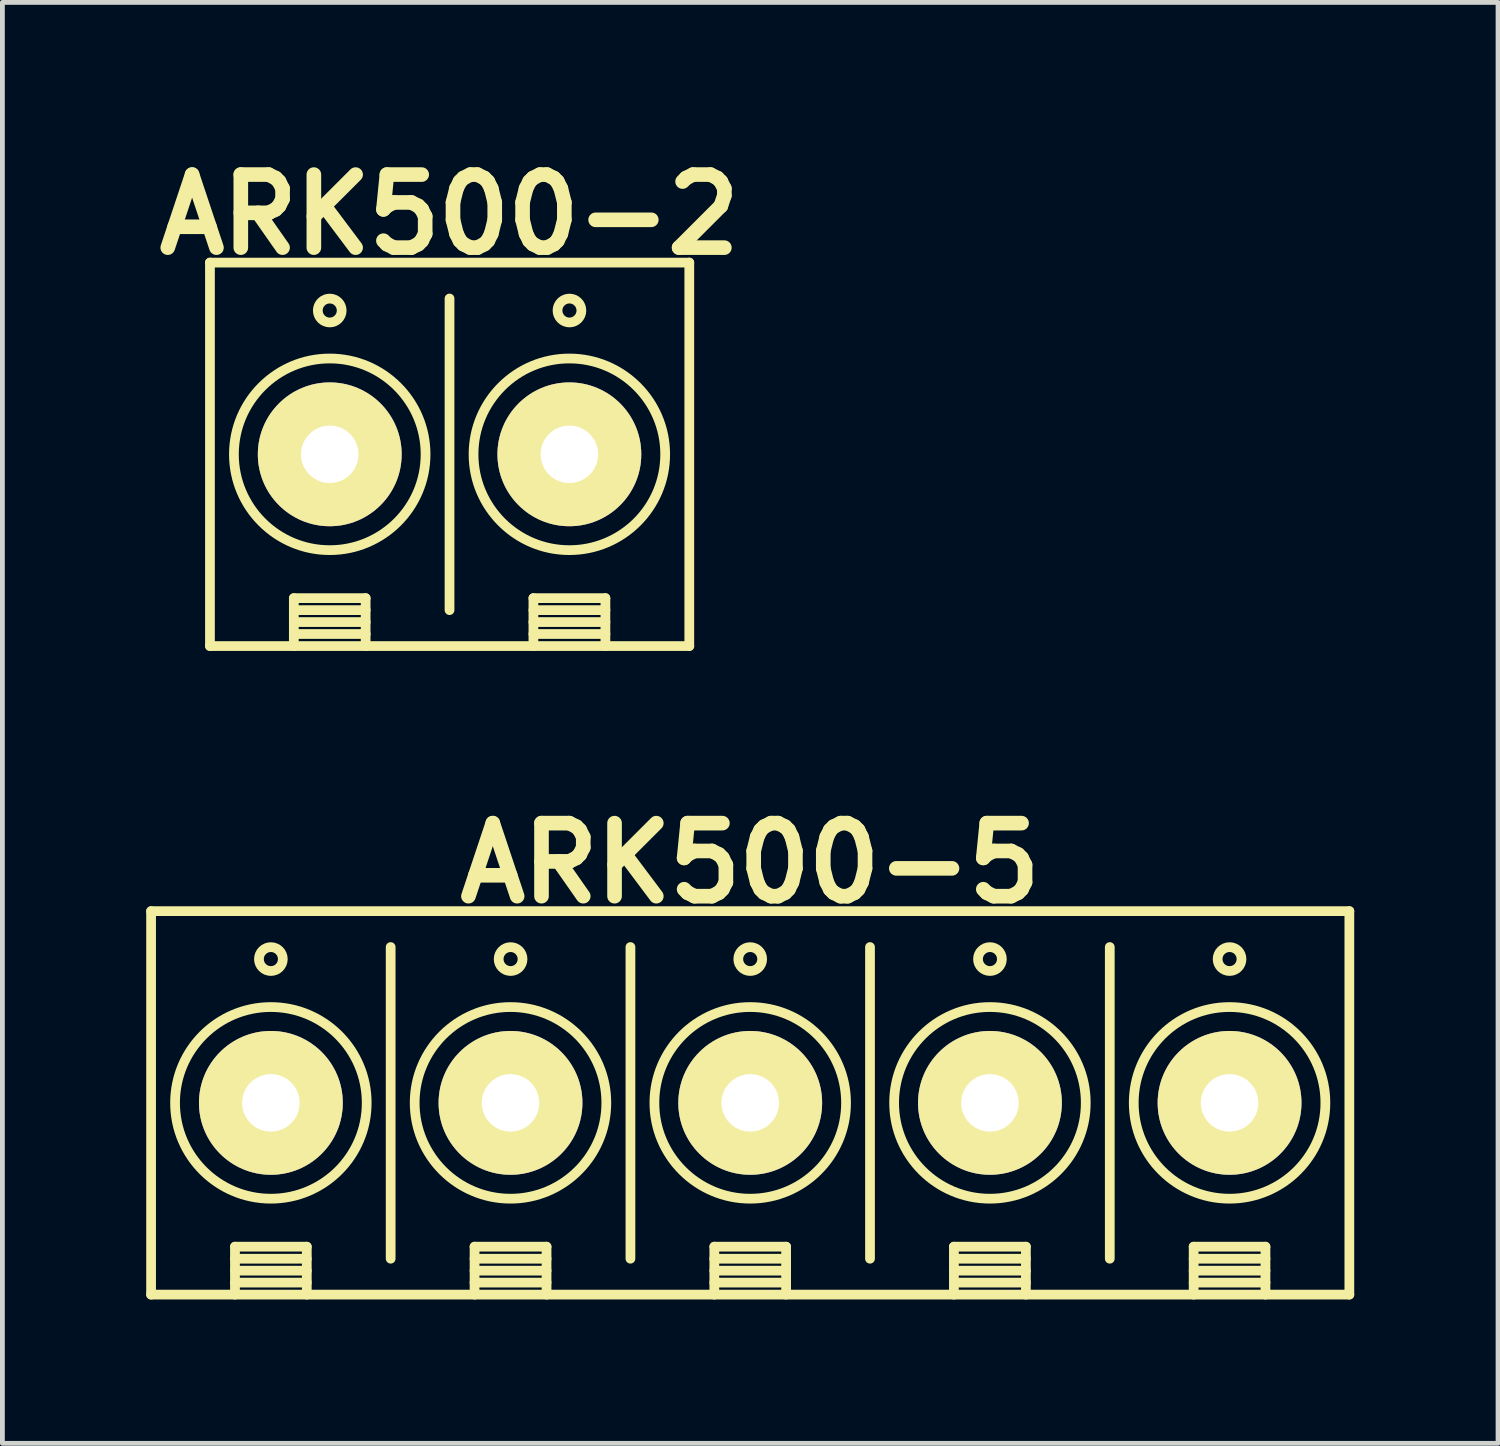
<source format=kicad_pcb>
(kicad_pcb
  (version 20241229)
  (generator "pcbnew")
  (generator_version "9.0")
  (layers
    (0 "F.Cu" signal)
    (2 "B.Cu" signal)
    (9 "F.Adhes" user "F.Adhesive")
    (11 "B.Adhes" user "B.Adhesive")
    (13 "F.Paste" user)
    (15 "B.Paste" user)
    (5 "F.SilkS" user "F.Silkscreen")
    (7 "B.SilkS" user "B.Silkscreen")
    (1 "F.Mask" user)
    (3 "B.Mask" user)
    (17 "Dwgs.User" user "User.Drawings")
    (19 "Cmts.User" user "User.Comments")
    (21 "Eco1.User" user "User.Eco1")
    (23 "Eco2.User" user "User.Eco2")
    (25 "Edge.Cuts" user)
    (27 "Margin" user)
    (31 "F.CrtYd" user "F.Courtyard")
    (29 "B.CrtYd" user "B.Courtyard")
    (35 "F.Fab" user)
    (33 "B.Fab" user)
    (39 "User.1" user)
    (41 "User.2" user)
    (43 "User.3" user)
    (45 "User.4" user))
  (footprint "ARK500-2"
    (layer "F.Cu")
    (at 3.829 6.428)
    (property "Reference" "ARK500-2" (at 2.499 -5.001 0) (layer "F.SilkS") (effects (font (size 1.524 1.524) (thickness 0.305))))
    (attr through_hole)
    (fp_line (start -2.499 -4) (end 7.501 -4) (stroke (width 0.203) (type solid)) (layer "F.SilkS"))
    (fp_line (start -2.499 4) (end -2.499 -4) (stroke (width 0.203) (type solid)) (layer "F.SilkS"))
    (fp_line (start -0.749 3) (end 0.749 3) (stroke (width 0.203) (type solid)) (layer "F.SilkS"))
    (fp_line (start -0.749 3.251) (end 0.749 3.251) (stroke (width 0.203) (type solid)) (layer "F.SilkS"))
    (fp_line (start -0.749 3.5) (end 0.749 3.5) (stroke (width 0.203) (type solid)) (layer "F.SilkS"))
    (fp_line (start -0.749 3.749) (end 0.749 3.749) (stroke (width 0.203) (type solid)) (layer "F.SilkS"))
    (fp_line (start -0.749 4) (end -0.749 3) (stroke (width 0.203) (type solid)) (layer "F.SilkS"))
    (fp_line (start 0.749 4) (end 0.749 3) (stroke (width 0.203) (type solid)) (layer "F.SilkS"))
    (fp_line (start 2.499 3.251) (end 2.499 -3.251) (stroke (width 0.203) (type solid)) (layer "F.SilkS"))
    (fp_line (start 4.249 3) (end 4.249 4) (stroke (width 0.203) (type solid)) (layer "F.SilkS"))
    (fp_line (start 4.249 3) (end 5.751 3) (stroke (width 0.203) (type solid)) (layer "F.SilkS"))
    (fp_line (start 4.249 3.251) (end 5.751 3.251) (stroke (width 0.203) (type solid)) (layer "F.SilkS"))
    (fp_line (start 4.249 3.5) (end 5.751 3.5) (stroke (width 0.203) (type solid)) (layer "F.SilkS"))
    (fp_line (start 4.249 3.749) (end 5.751 3.749) (stroke (width 0.203) (type solid)) (layer "F.SilkS"))
    (fp_line (start 5.751 3) (end 5.751 4) (stroke (width 0.203) (type solid)) (layer "F.SilkS"))
    (fp_line (start 7.501 -4) (end 7.501 4) (stroke (width 0.203) (type solid)) (layer "F.SilkS"))
    (fp_line (start 7.501 4) (end -2.499 4) (stroke (width 0.203) (type solid)) (layer "F.SilkS"))
    (fp_circle (center 0 -3) (end 0.249 -3) (stroke (width 0.203) (type solid)) (fill no) (layer "F.SilkS"))
    (fp_circle (center 0 0) (end 1.999 0) (stroke (width 0.203) (type solid)) (fill no) (layer "F.SilkS"))
    (fp_circle (center 4.999 0) (end 3 0) (stroke (width 0.203) (type solid)) (fill no) (layer "F.SilkS"))
    (fp_circle (center 5.001 -3) (end 5.25 -3) (stroke (width 0.203) (type solid)) (fill no) (layer "F.SilkS"))
    (pad "1" thru_hole circle (at 0 0) (size 3 3) (drill 1.199) (layers "*.Cu" "*.Mask" "F.SilkS"))
    (pad "2" thru_hole circle (at 4.999 0) (size 3 3) (drill 1.199) (layers "*.Cu" "*.Mask" "F.SilkS")))
  (footprint "ARK500-5"
    (layer "F.Cu")
    (at 2.601 19.958)
    (property "Reference" "ARK500-5" (at 10 -5.001 0) (layer "F.SilkS") (effects (font (size 1.524 1.524) (thickness 0.305))))
    (attr through_hole)
    (fp_line (start -2.499 4) (end -2.499 -4) (stroke (width 0.203) (type solid)) (layer "F.SilkS"))
    (fp_line (start -2.499 4) (end 22.499 4) (stroke (width 0.203) (type solid)) (layer "F.SilkS"))
    (fp_line (start -0.749 3) (end 0.749 3) (stroke (width 0.203) (type solid)) (layer "F.SilkS"))
    (fp_line (start -0.749 3.251) (end 0.749 3.251) (stroke (width 0.203) (type solid)) (layer "F.SilkS"))
    (fp_line (start -0.749 3.5) (end 0.749 3.5) (stroke (width 0.203) (type solid)) (layer "F.SilkS"))
    (fp_line (start -0.749 3.749) (end 0.749 3.749) (stroke (width 0.203) (type solid)) (layer "F.SilkS"))
    (fp_line (start -0.749 4) (end -0.749 3) (stroke (width 0.203) (type solid)) (layer "F.SilkS"))
    (fp_line (start 0.749 4) (end 0.749 3) (stroke (width 0.203) (type solid)) (layer "F.SilkS"))
    (fp_line (start 2.499 3.251) (end 2.499 -3.251) (stroke (width 0.203) (type solid)) (layer "F.SilkS"))
    (fp_line (start 4.249 3) (end 4.249 4) (stroke (width 0.203) (type solid)) (layer "F.SilkS"))
    (fp_line (start 4.249 3) (end 5.751 3) (stroke (width 0.203) (type solid)) (layer "F.SilkS"))
    (fp_line (start 4.249 3.251) (end 5.751 3.251) (stroke (width 0.203) (type solid)) (layer "F.SilkS"))
    (fp_line (start 4.249 3.5) (end 5.751 3.5) (stroke (width 0.203) (type solid)) (layer "F.SilkS"))
    (fp_line (start 4.249 3.749) (end 5.751 3.749) (stroke (width 0.203) (type solid)) (layer "F.SilkS"))
    (fp_line (start 5.751 3) (end 5.751 4) (stroke (width 0.203) (type solid)) (layer "F.SilkS"))
    (fp_line (start 7.501 -3.251) (end 7.501 3.251) (stroke (width 0.203) (type solid)) (layer "F.SilkS"))
    (fp_line (start 9.251 3) (end 10.749 3) (stroke (width 0.203) (type solid)) (layer "F.SilkS"))
    (fp_line (start 9.251 3.251) (end 10.749 3.251) (stroke (width 0.203) (type solid)) (layer "F.SilkS"))
    (fp_line (start 9.251 3.5) (end 10.749 3.5) (stroke (width 0.203) (type solid)) (layer "F.SilkS"))
    (fp_line (start 9.251 3.749) (end 10.749 3.749) (stroke (width 0.203) (type solid)) (layer "F.SilkS"))
    (fp_line (start 9.251 4) (end 9.251 3) (stroke (width 0.203) (type solid)) (layer "F.SilkS"))
    (fp_line (start 10.749 3) (end 10.749 4) (stroke (width 0.203) (type solid)) (layer "F.SilkS"))
    (fp_line (start 12.499 -3.251) (end 12.499 3.251) (stroke (width 0.203) (type solid)) (layer "F.SilkS"))
    (fp_line (start 14.249 3) (end 15.751 3) (stroke (width 0.203) (type solid)) (layer "F.SilkS"))
    (fp_line (start 14.249 3.251) (end 15.751 3.251) (stroke (width 0.203) (type solid)) (layer "F.SilkS"))
    (fp_line (start 14.249 3.5) (end 15.751 3.5) (stroke (width 0.203) (type solid)) (layer "F.SilkS"))
    (fp_line (start 14.249 3.749) (end 15.751 3.749) (stroke (width 0.203) (type solid)) (layer "F.SilkS"))
    (fp_line (start 14.249 4) (end 14.249 3) (stroke (width 0.203) (type solid)) (layer "F.SilkS"))
    (fp_line (start 15.751 3) (end 15.751 4) (stroke (width 0.203) (type solid)) (layer "F.SilkS"))
    (fp_line (start 17.501 -3.251) (end 17.501 3.251) (stroke (width 0.203) (type solid)) (layer "F.SilkS"))
    (fp_line (start 19.251 3) (end 20.749 3) (stroke (width 0.203) (type solid)) (layer "F.SilkS"))
    (fp_line (start 19.251 3.251) (end 20.749 3.251) (stroke (width 0.203) (type solid)) (layer "F.SilkS"))
    (fp_line (start 19.251 3.5) (end 20.749 3.5) (stroke (width 0.203) (type solid)) (layer "F.SilkS"))
    (fp_line (start 19.251 3.749) (end 20.749 3.749) (stroke (width 0.203) (type solid)) (layer "F.SilkS"))
    (fp_line (start 19.251 4) (end 19.251 3) (stroke (width 0.203) (type solid)) (layer "F.SilkS"))
    (fp_line (start 20.749 3) (end 20.749 4) (stroke (width 0.203) (type solid)) (layer "F.SilkS"))
    (fp_line (start 22.499 -4) (end -2.499 -4) (stroke (width 0.203) (type solid)) (layer "F.SilkS"))
    (fp_line (start 22.499 -4) (end 22.499 4) (stroke (width 0.203) (type solid)) (layer "F.SilkS"))
    (fp_circle (center 0 -3) (end 0.249 -3) (stroke (width 0.203) (type solid)) (fill no) (layer "F.SilkS"))
    (fp_circle (center 0 0) (end 1.999 0) (stroke (width 0.203) (type solid)) (fill no) (layer "F.SilkS"))
    (fp_circle (center 4.999 0) (end 3 0) (stroke (width 0.203) (type solid)) (fill no) (layer "F.SilkS"))
    (fp_circle (center 5.001 -3) (end 5.25 -3) (stroke (width 0.203) (type solid)) (fill no) (layer "F.SilkS"))
    (fp_circle (center 10 -3) (end 10.249 -3) (stroke (width 0.203) (type solid)) (fill no) (layer "F.SilkS"))
    (fp_circle (center 10 0) (end 11.999 0) (stroke (width 0.203) (type solid)) (fill no) (layer "F.SilkS"))
    (fp_circle (center 15.001 -3) (end 15.25 -3) (stroke (width 0.203) (type solid)) (fill no) (layer "F.SilkS"))
    (fp_circle (center 15.001 0) (end 17 0) (stroke (width 0.203) (type solid)) (fill no) (layer "F.SilkS"))
    (fp_circle (center 20 -3) (end 20.249 -3) (stroke (width 0.203) (type solid)) (fill no) (layer "F.SilkS"))
    (fp_circle (center 20 0) (end 21.999 0) (stroke (width 0.203) (type solid)) (fill no) (layer "F.SilkS"))
    (pad "1" thru_hole circle (at 0 0) (size 3 3) (drill 1.199) (layers "*.Cu" "*.Mask" "F.SilkS"))
    (pad "2" thru_hole circle (at 4.999 0) (size 3 3) (drill 1.199) (layers "*.Cu" "*.Mask" "F.SilkS"))
    (pad "3" thru_hole circle (at 10 0) (size 3 3) (drill 1.199) (layers "*.Cu" "*.Mask" "F.SilkS"))
    (pad "4" thru_hole circle (at 15.001 0) (size 3 3) (drill 1.199) (layers "*.Cu" "*.Mask" "F.SilkS"))
    (pad "5" thru_hole circle (at 20 0) (size 3 3) (drill 1.199) (layers "*.Cu" "*.Mask" "F.SilkS")))
  (gr_rect
    (start -3 -3)
    (end 28.202 27.06)
    (stroke (width 0.1) (type default))
    (fill no)
    (layer "Edge.Cuts")))
</source>
